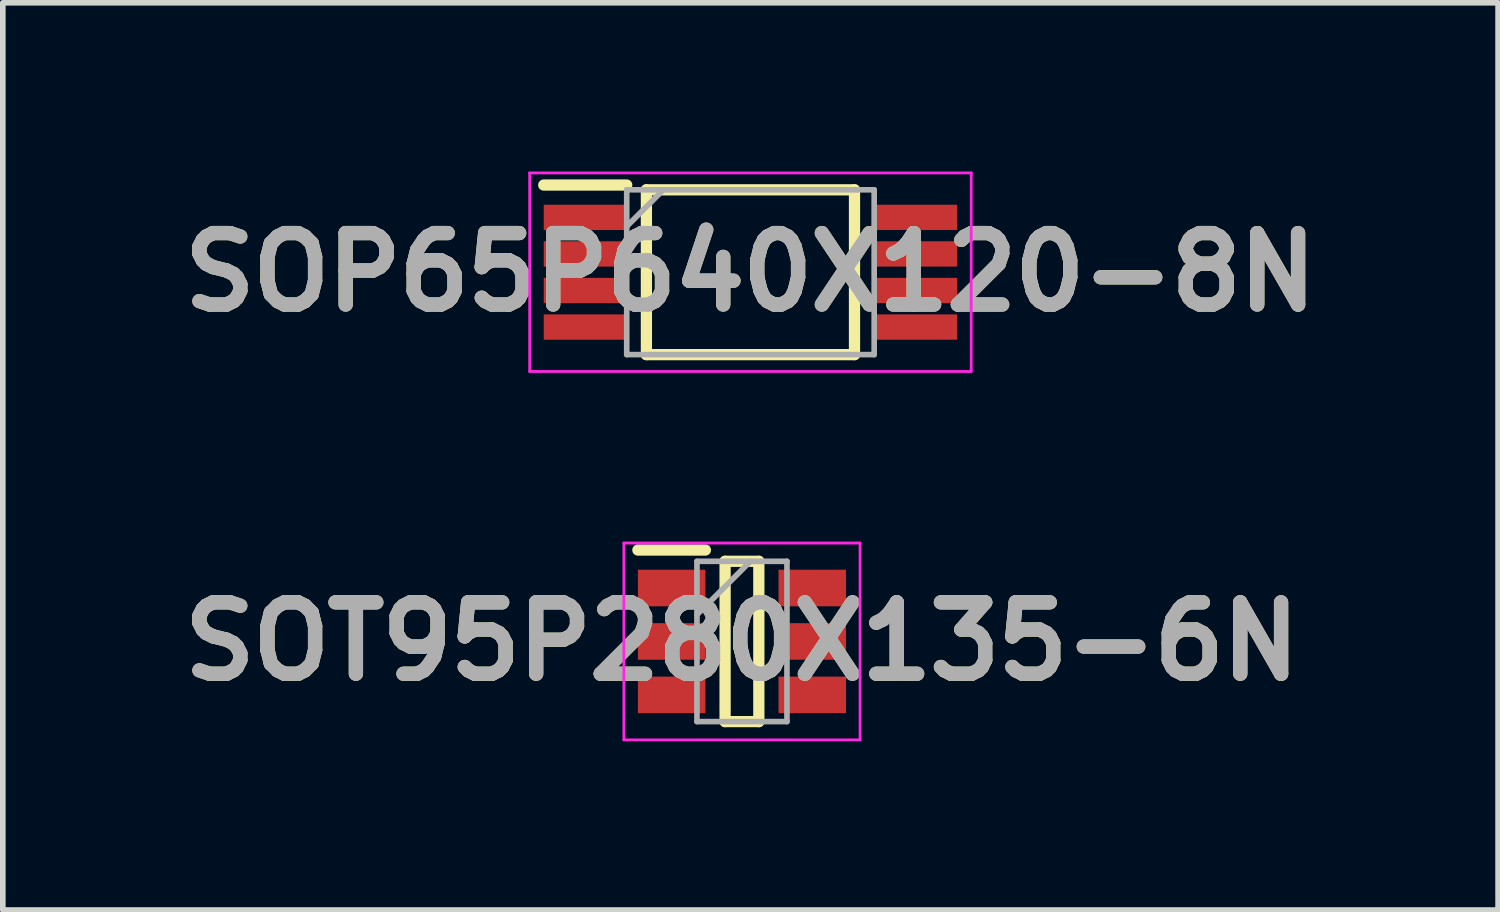
<source format=kicad_pcb>
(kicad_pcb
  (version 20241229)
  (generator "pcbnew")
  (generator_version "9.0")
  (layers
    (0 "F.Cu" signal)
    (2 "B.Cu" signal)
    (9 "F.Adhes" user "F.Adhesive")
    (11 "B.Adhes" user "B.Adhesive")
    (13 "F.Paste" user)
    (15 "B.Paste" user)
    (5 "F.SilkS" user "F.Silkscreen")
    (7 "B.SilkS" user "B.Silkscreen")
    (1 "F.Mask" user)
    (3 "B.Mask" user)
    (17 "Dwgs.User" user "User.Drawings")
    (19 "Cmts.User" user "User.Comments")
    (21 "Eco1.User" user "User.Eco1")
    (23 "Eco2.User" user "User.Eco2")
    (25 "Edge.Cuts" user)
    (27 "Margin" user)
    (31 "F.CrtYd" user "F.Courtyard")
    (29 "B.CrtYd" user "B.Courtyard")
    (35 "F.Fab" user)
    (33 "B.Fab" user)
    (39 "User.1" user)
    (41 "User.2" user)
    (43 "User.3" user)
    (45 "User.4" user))
  (footprint "SOP65P640X120-8N"
    (layer "F.Cu")
    (at 10.293 1.79)
    (property "Reference" "SOP65P640X120-8N" (at 0 0 0) (layer "F.SilkS") (effects (font (size 1.27 1.27) (thickness 0.254))))
    (attr smd)
    (fp_line (start -3.675 -1.55) (end -2.2 -1.55) (stroke (width 0.2) (type solid)) (layer "F.SilkS"))
    (fp_line (start -1.85 -1.465) (end 1.85 -1.465) (stroke (width 0.2) (type solid)) (layer "F.SilkS"))
    (fp_line (start -1.85 1.465) (end -1.85 -1.465) (stroke (width 0.2) (type solid)) (layer "F.SilkS"))
    (fp_line (start 1.85 -1.465) (end 1.85 1.465) (stroke (width 0.2) (type solid)) (layer "F.SilkS"))
    (fp_line (start 1.85 1.465) (end -1.85 1.465) (stroke (width 0.2) (type solid)) (layer "F.SilkS"))
    (fp_line (start -3.925 -1.765) (end 3.925 -1.765) (stroke (width 0.05) (type solid)) (layer "F.CrtYd"))
    (fp_line (start -3.925 1.765) (end -3.925 -1.765) (stroke (width 0.05) (type solid)) (layer "F.CrtYd"))
    (fp_line (start 3.925 -1.765) (end 3.925 1.765) (stroke (width 0.05) (type solid)) (layer "F.CrtYd"))
    (fp_line (start 3.925 1.765) (end -3.925 1.765) (stroke (width 0.05) (type solid)) (layer "F.CrtYd"))
    (fp_line (start -2.2 -1.465) (end 2.2 -1.465) (stroke (width 0.1) (type solid)) (layer "F.Fab"))
    (fp_line (start -2.2 -0.815) (end -1.55 -1.465) (stroke (width 0.1) (type solid)) (layer "F.Fab"))
    (fp_line (start -2.2 1.465) (end -2.2 -1.465) (stroke (width 0.1) (type solid)) (layer "F.Fab"))
    (fp_line (start 2.2 -1.465) (end 2.2 1.465) (stroke (width 0.1) (type solid)) (layer "F.Fab"))
    (fp_line (start 2.2 1.465) (end -2.2 1.465) (stroke (width 0.1) (type solid)) (layer "F.Fab"))
    (fp_text user "${REFERENCE}" (at 0 0 0) (layer "F.Fab") (effects (font (size 1.27 1.27) (thickness 0.254))))
    (pad "1" smd rect (at -2.938 -0.975 90) (size 0.45 1.475) (layers "F.Cu" "F.Mask" "F.Paste"))
    (pad "2" smd rect (at -2.938 -0.325 90) (size 0.45 1.475) (layers "F.Cu" "F.Mask" "F.Paste"))
    (pad "3" smd rect (at -2.938 0.325 90) (size 0.45 1.475) (layers "F.Cu" "F.Mask" "F.Paste"))
    (pad "4" smd rect (at -2.938 0.975 90) (size 0.45 1.475) (layers "F.Cu" "F.Mask" "F.Paste"))
    (pad "5" smd rect (at 2.938 0.975 90) (size 0.45 1.475) (layers "F.Cu" "F.Mask" "F.Paste"))
    (pad "6" smd rect (at 2.938 0.325 90) (size 0.45 1.475) (layers "F.Cu" "F.Mask" "F.Paste"))
    (pad "7" smd rect (at 2.938 -0.325 90) (size 0.45 1.475) (layers "F.Cu" "F.Mask" "F.Paste"))
    (pad "8" smd rect (at 2.938 -0.975 90) (size 0.45 1.475) (layers "F.Cu" "F.Mask" "F.Paste")))
  (footprint "SOT95P280X135-6N"
    (layer "F.Cu")
    (at 10.142 8.355)
    (property "Reference" "SOT95P280X135-6N" (at 0 0 0) (layer "F.SilkS") (effects (font (size 1.27 1.27) (thickness 0.254))))
    (attr smd)
    (fp_line (start -1.85 -1.625) (end -0.65 -1.625) (stroke (width 0.2) (type solid)) (layer "F.SilkS"))
    (fp_line (start -0.3 -1.425) (end 0.3 -1.425) (stroke (width 0.2) (type solid)) (layer "F.SilkS"))
    (fp_line (start -0.3 1.425) (end -0.3 -1.425) (stroke (width 0.2) (type solid)) (layer "F.SilkS"))
    (fp_line (start 0.3 -1.425) (end 0.3 1.425) (stroke (width 0.2) (type solid)) (layer "F.SilkS"))
    (fp_line (start 0.3 1.425) (end -0.3 1.425) (stroke (width 0.2) (type solid)) (layer "F.SilkS"))
    (fp_line (start -2.1 -1.75) (end 2.1 -1.75) (stroke (width 0.05) (type solid)) (layer "F.CrtYd"))
    (fp_line (start -2.1 1.75) (end -2.1 -1.75) (stroke (width 0.05) (type solid)) (layer "F.CrtYd"))
    (fp_line (start 2.1 -1.75) (end 2.1 1.75) (stroke (width 0.05) (type solid)) (layer "F.CrtYd"))
    (fp_line (start 2.1 1.75) (end -2.1 1.75) (stroke (width 0.05) (type solid)) (layer "F.CrtYd"))
    (fp_line (start -0.8 -1.425) (end 0.8 -1.425) (stroke (width 0.1) (type solid)) (layer "F.Fab"))
    (fp_line (start -0.8 -0.475) (end 0.15 -1.425) (stroke (width 0.1) (type solid)) (layer "F.Fab"))
    (fp_line (start -0.8 1.425) (end -0.8 -1.425) (stroke (width 0.1) (type solid)) (layer "F.Fab"))
    (fp_line (start 0.8 -1.425) (end 0.8 1.425) (stroke (width 0.1) (type solid)) (layer "F.Fab"))
    (fp_line (start 0.8 1.425) (end -0.8 1.425) (stroke (width 0.1) (type solid)) (layer "F.Fab"))
    (fp_text user "${REFERENCE}" (at 0 0 0) (layer "F.Fab") (effects (font (size 1.27 1.27) (thickness 0.254))))
    (pad "1" smd rect (at -1.25 -0.95 90) (size 0.65 1.2) (layers "F.Cu" "F.Mask" "F.Paste"))
    (pad "2" smd rect (at -1.25 0 90) (size 0.65 1.2) (layers "F.Cu" "F.Mask" "F.Paste"))
    (pad "3" smd rect (at -1.25 0.95 90) (size 0.65 1.2) (layers "F.Cu" "F.Mask" "F.Paste"))
    (pad "4" smd rect (at 1.25 0.95 90) (size 0.65 1.2) (layers "F.Cu" "F.Mask" "F.Paste"))
    (pad "5" smd rect (at 1.25 0 90) (size 0.65 1.2) (layers "F.Cu" "F.Mask" "F.Paste"))
    (pad "6" smd rect (at 1.25 -0.95 90) (size 0.65 1.2) (layers "F.Cu" "F.Mask" "F.Paste")))
  (gr_rect
    (start -3 -3)
    (end 23.586 13.13)
    (stroke (width 0.1) (type default))
    (fill no)
    (layer "Edge.Cuts")))
</source>
